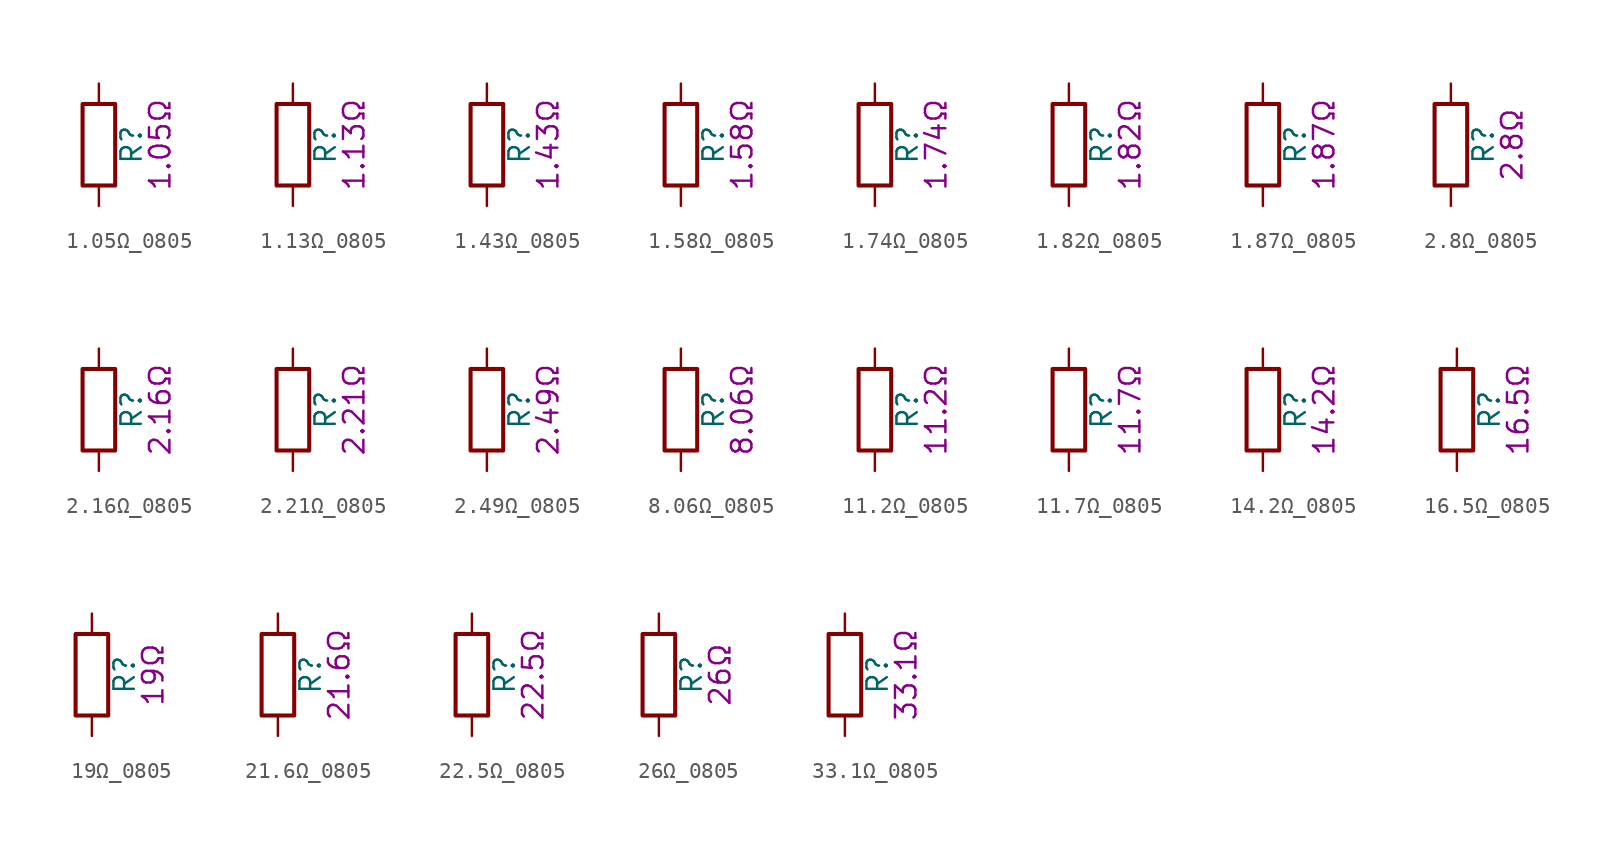
<source format=kicad_sym>
(kicad_symbol_lib
  (version 20211014)
  (generator kicad_symbol_editor)
  (symbol "1.05Ω_0805"
    (pin_numbers hide)
    (pin_names
      (offset 0))
    (property "Reference" "R"
      (at 2.032 0 90)
      (effects (font (size 1.27 1.27))))
    (property "Display" "1.05Ω"
      (at 3.81 0 90)
      (effects (font (size 1.27 1.27))))
    (symbol "1.05Ω_0805_0_1"
      (rectangle (start -1.016 -2.54) (end 1.016 2.54) (stroke (width 0.254) (type default) (color 0 0 0 0)) (fill (type none))))
    (symbol "1.05Ω_0805_1_1"
      (pin passive line (at 0 3.81 270) (length 1.27) (name "~" (effects (font (size 1.27 1.27)))) (number "1" (effects (font (size 1.27 1.27)))))
      (pin passive line (at 0 -3.81 90) (length 1.27) (name "~" (effects (font (size 1.27 1.27)))) (number "2" (effects (font (size 1.27 1.27)))))))
  (symbol "1.13Ω_0805"
    (pin_numbers hide)
    (pin_names
      (offset 0))
    (property "Reference" "R"
      (at 2.032 0 90)
      (effects (font (size 1.27 1.27))))
    (property "Display" "1.13Ω"
      (at 3.81 0 90)
      (effects (font (size 1.27 1.27))))
    (symbol "1.13Ω_0805_0_1"
      (rectangle (start -1.016 -2.54) (end 1.016 2.54) (stroke (width 0.254) (type default) (color 0 0 0 0)) (fill (type none))))
    (symbol "1.13Ω_0805_1_1"
      (pin passive line (at 0 3.81 270) (length 1.27) (name "~" (effects (font (size 1.27 1.27)))) (number "1" (effects (font (size 1.27 1.27)))))
      (pin passive line (at 0 -3.81 90) (length 1.27) (name "~" (effects (font (size 1.27 1.27)))) (number "2" (effects (font (size 1.27 1.27)))))))
  (symbol "1.43Ω_0805"
    (pin_numbers hide)
    (pin_names
      (offset 0))
    (property "Reference" "R"
      (at 2.032 0 90)
      (effects (font (size 1.27 1.27))))
    (property "Display" "1.43Ω"
      (at 3.81 0 90)
      (effects (font (size 1.27 1.27))))
    (symbol "1.43Ω_0805_0_1"
      (rectangle (start -1.016 -2.54) (end 1.016 2.54) (stroke (width 0.254) (type default) (color 0 0 0 0)) (fill (type none))))
    (symbol "1.43Ω_0805_1_1"
      (pin passive line (at 0 3.81 270) (length 1.27) (name "~" (effects (font (size 1.27 1.27)))) (number "1" (effects (font (size 1.27 1.27)))))
      (pin passive line (at 0 -3.81 90) (length 1.27) (name "~" (effects (font (size 1.27 1.27)))) (number "2" (effects (font (size 1.27 1.27)))))))
  (symbol "1.58Ω_0805"
    (pin_numbers hide)
    (pin_names
      (offset 0))
    (property "Reference" "R"
      (at 2.032 0 90)
      (effects (font (size 1.27 1.27))))
    (property "Display" "1.58Ω"
      (at 3.81 0 90)
      (effects (font (size 1.27 1.27))))
    (symbol "1.58Ω_0805_0_1"
      (rectangle (start -1.016 -2.54) (end 1.016 2.54) (stroke (width 0.254) (type default) (color 0 0 0 0)) (fill (type none))))
    (symbol "1.58Ω_0805_1_1"
      (pin passive line (at 0 3.81 270) (length 1.27) (name "~" (effects (font (size 1.27 1.27)))) (number "1" (effects (font (size 1.27 1.27)))))
      (pin passive line (at 0 -3.81 90) (length 1.27) (name "~" (effects (font (size 1.27 1.27)))) (number "2" (effects (font (size 1.27 1.27)))))))
  (symbol "1.74Ω_0805"
    (pin_numbers hide)
    (pin_names
      (offset 0))
    (property "Reference" "R"
      (at 2.032 0 90)
      (effects (font (size 1.27 1.27))))
    (property "Display" "1.74Ω"
      (at 3.81 0 90)
      (effects (font (size 1.27 1.27))))
    (symbol "1.74Ω_0805_0_1"
      (rectangle (start -1.016 -2.54) (end 1.016 2.54) (stroke (width 0.254) (type default) (color 0 0 0 0)) (fill (type none))))
    (symbol "1.74Ω_0805_1_1"
      (pin passive line (at 0 3.81 270) (length 1.27) (name "~" (effects (font (size 1.27 1.27)))) (number "1" (effects (font (size 1.27 1.27)))))
      (pin passive line (at 0 -3.81 90) (length 1.27) (name "~" (effects (font (size 1.27 1.27)))) (number "2" (effects (font (size 1.27 1.27)))))))
  (symbol "1.82Ω_0805"
    (pin_numbers hide)
    (pin_names
      (offset 0))
    (property "Reference" "R"
      (at 2.032 0 90)
      (effects (font (size 1.27 1.27))))
    (property "Display" "1.82Ω"
      (at 3.81 0 90)
      (effects (font (size 1.27 1.27))))
    (symbol "1.82Ω_0805_0_1"
      (rectangle (start -1.016 -2.54) (end 1.016 2.54) (stroke (width 0.254) (type default) (color 0 0 0 0)) (fill (type none))))
    (symbol "1.82Ω_0805_1_1"
      (pin passive line (at 0 3.81 270) (length 1.27) (name "~" (effects (font (size 1.27 1.27)))) (number "1" (effects (font (size 1.27 1.27)))))
      (pin passive line (at 0 -3.81 90) (length 1.27) (name "~" (effects (font (size 1.27 1.27)))) (number "2" (effects (font (size 1.27 1.27)))))))
  (symbol "1.87Ω_0805"
    (pin_numbers hide)
    (pin_names
      (offset 0))
    (property "Reference" "R"
      (at 2.032 0 90)
      (effects (font (size 1.27 1.27))))
    (property "Display" "1.87Ω"
      (at 3.81 0 90)
      (effects (font (size 1.27 1.27))))
    (symbol "1.87Ω_0805_0_1"
      (rectangle (start -1.016 -2.54) (end 1.016 2.54) (stroke (width 0.254) (type default) (color 0 0 0 0)) (fill (type none))))
    (symbol "1.87Ω_0805_1_1"
      (pin passive line (at 0 3.81 270) (length 1.27) (name "~" (effects (font (size 1.27 1.27)))) (number "1" (effects (font (size 1.27 1.27)))))
      (pin passive line (at 0 -3.81 90) (length 1.27) (name "~" (effects (font (size 1.27 1.27)))) (number "2" (effects (font (size 1.27 1.27)))))))
  (symbol "2.8Ω_0805"
    (pin_numbers hide)
    (pin_names
      (offset 0))
    (property "Reference" "R"
      (at 2.032 0 90)
      (effects (font (size 1.27 1.27))))
    (property "Display" "2.8Ω"
      (at 3.81 0 90)
      (effects (font (size 1.27 1.27))))
    (symbol "2.8Ω_0805_0_1"
      (rectangle (start -1.016 -2.54) (end 1.016 2.54) (stroke (width 0.254) (type default) (color 0 0 0 0)) (fill (type none))))
    (symbol "2.8Ω_0805_1_1"
      (pin passive line (at 0 3.81 270) (length 1.27) (name "~" (effects (font (size 1.27 1.27)))) (number "1" (effects (font (size 1.27 1.27)))))
      (pin passive line (at 0 -3.81 90) (length 1.27) (name "~" (effects (font (size 1.27 1.27)))) (number "2" (effects (font (size 1.27 1.27)))))))
  (symbol "2.16Ω_0805"
    (pin_numbers hide)
    (pin_names
      (offset 0))
    (property "Reference" "R"
      (at 2.032 0 90)
      (effects (font (size 1.27 1.27))))
    (property "Display" "2.16Ω"
      (at 3.81 0 90)
      (effects (font (size 1.27 1.27))))
    (symbol "2.16Ω_0805_0_1"
      (rectangle (start -1.016 -2.54) (end 1.016 2.54) (stroke (width 0.254) (type default) (color 0 0 0 0)) (fill (type none))))
    (symbol "2.16Ω_0805_1_1"
      (pin passive line (at 0 3.81 270) (length 1.27) (name "~" (effects (font (size 1.27 1.27)))) (number "1" (effects (font (size 1.27 1.27)))))
      (pin passive line (at 0 -3.81 90) (length 1.27) (name "~" (effects (font (size 1.27 1.27)))) (number "2" (effects (font (size 1.27 1.27)))))))
  (symbol "2.21Ω_0805"
    (pin_numbers hide)
    (pin_names
      (offset 0))
    (property "Reference" "R"
      (at 2.032 0 90)
      (effects (font (size 1.27 1.27))))
    (property "Display" "2.21Ω"
      (at 3.81 0 90)
      (effects (font (size 1.27 1.27))))
    (symbol "2.21Ω_0805_0_1"
      (rectangle (start -1.016 -2.54) (end 1.016 2.54) (stroke (width 0.254) (type default) (color 0 0 0 0)) (fill (type none))))
    (symbol "2.21Ω_0805_1_1"
      (pin passive line (at 0 3.81 270) (length 1.27) (name "~" (effects (font (size 1.27 1.27)))) (number "1" (effects (font (size 1.27 1.27)))))
      (pin passive line (at 0 -3.81 90) (length 1.27) (name "~" (effects (font (size 1.27 1.27)))) (number "2" (effects (font (size 1.27 1.27)))))))
  (symbol "2.49Ω_0805"
    (pin_numbers hide)
    (pin_names
      (offset 0))
    (property "Reference" "R"
      (at 2.032 0 90)
      (effects (font (size 1.27 1.27))))
    (property "Display" "2.49Ω"
      (at 3.81 0 90)
      (effects (font (size 1.27 1.27))))
    (symbol "2.49Ω_0805_0_1"
      (rectangle (start -1.016 -2.54) (end 1.016 2.54) (stroke (width 0.254) (type default) (color 0 0 0 0)) (fill (type none))))
    (symbol "2.49Ω_0805_1_1"
      (pin passive line (at 0 3.81 270) (length 1.27) (name "~" (effects (font (size 1.27 1.27)))) (number "1" (effects (font (size 1.27 1.27)))))
      (pin passive line (at 0 -3.81 90) (length 1.27) (name "~" (effects (font (size 1.27 1.27)))) (number "2" (effects (font (size 1.27 1.27)))))))
  (symbol "8.06Ω_0805"
    (pin_numbers hide)
    (pin_names
      (offset 0))
    (property "Reference" "R"
      (at 2.032 0 90)
      (effects (font (size 1.27 1.27))))
    (property "Display" "8.06Ω"
      (at 3.81 0 90)
      (effects (font (size 1.27 1.27))))
    (symbol "8.06Ω_0805_0_1"
      (rectangle (start -1.016 -2.54) (end 1.016 2.54) (stroke (width 0.254) (type default) (color 0 0 0 0)) (fill (type none))))
    (symbol "8.06Ω_0805_1_1"
      (pin passive line (at 0 3.81 270) (length 1.27) (name "~" (effects (font (size 1.27 1.27)))) (number "1" (effects (font (size 1.27 1.27)))))
      (pin passive line (at 0 -3.81 90) (length 1.27) (name "~" (effects (font (size 1.27 1.27)))) (number "2" (effects (font (size 1.27 1.27)))))))
  (symbol "11.2Ω_0805"
    (pin_numbers hide)
    (pin_names
      (offset 0))
    (property "Reference" "R"
      (at 2.032 0 90)
      (effects (font (size 1.27 1.27))))
    (property "Display" "11.2Ω"
      (at 3.81 0 90)
      (effects (font (size 1.27 1.27))))
    (symbol "11.2Ω_0805_0_1"
      (rectangle (start -1.016 -2.54) (end 1.016 2.54) (stroke (width 0.254) (type default) (color 0 0 0 0)) (fill (type none))))
    (symbol "11.2Ω_0805_1_1"
      (pin passive line (at 0 3.81 270) (length 1.27) (name "~" (effects (font (size 1.27 1.27)))) (number "1" (effects (font (size 1.27 1.27)))))
      (pin passive line (at 0 -3.81 90) (length 1.27) (name "~" (effects (font (size 1.27 1.27)))) (number "2" (effects (font (size 1.27 1.27)))))))
  (symbol "11.7Ω_0805"
    (pin_numbers hide)
    (pin_names
      (offset 0))
    (property "Reference" "R"
      (at 2.032 0 90)
      (effects (font (size 1.27 1.27))))
    (property "Display" "11.7Ω"
      (at 3.81 0 90)
      (effects (font (size 1.27 1.27))))
    (symbol "11.7Ω_0805_0_1"
      (rectangle (start -1.016 -2.54) (end 1.016 2.54) (stroke (width 0.254) (type default) (color 0 0 0 0)) (fill (type none))))
    (symbol "11.7Ω_0805_1_1"
      (pin passive line (at 0 3.81 270) (length 1.27) (name "~" (effects (font (size 1.27 1.27)))) (number "1" (effects (font (size 1.27 1.27)))))
      (pin passive line (at 0 -3.81 90) (length 1.27) (name "~" (effects (font (size 1.27 1.27)))) (number "2" (effects (font (size 1.27 1.27)))))))
  (symbol "14.2Ω_0805"
    (pin_numbers hide)
    (pin_names
      (offset 0))
    (property "Reference" "R"
      (at 2.032 0 90)
      (effects (font (size 1.27 1.27))))
    (property "Display" "14.2Ω"
      (at 3.81 0 90)
      (effects (font (size 1.27 1.27))))
    (symbol "14.2Ω_0805_0_1"
      (rectangle (start -1.016 -2.54) (end 1.016 2.54) (stroke (width 0.254) (type default) (color 0 0 0 0)) (fill (type none))))
    (symbol "14.2Ω_0805_1_1"
      (pin passive line (at 0 3.81 270) (length 1.27) (name "~" (effects (font (size 1.27 1.27)))) (number "1" (effects (font (size 1.27 1.27)))))
      (pin passive line (at 0 -3.81 90) (length 1.27) (name "~" (effects (font (size 1.27 1.27)))) (number "2" (effects (font (size 1.27 1.27)))))))
  (symbol "16.5Ω_0805"
    (pin_numbers hide)
    (pin_names
      (offset 0))
    (property "Reference" "R"
      (at 2.032 0 90)
      (effects (font (size 1.27 1.27))))
    (property "Display" "16.5Ω"
      (at 3.81 0 90)
      (effects (font (size 1.27 1.27))))
    (symbol "16.5Ω_0805_0_1"
      (rectangle (start -1.016 -2.54) (end 1.016 2.54) (stroke (width 0.254) (type default) (color 0 0 0 0)) (fill (type none))))
    (symbol "16.5Ω_0805_1_1"
      (pin passive line (at 0 3.81 270) (length 1.27) (name "~" (effects (font (size 1.27 1.27)))) (number "1" (effects (font (size 1.27 1.27)))))
      (pin passive line (at 0 -3.81 90) (length 1.27) (name "~" (effects (font (size 1.27 1.27)))) (number "2" (effects (font (size 1.27 1.27)))))))
  (symbol "19Ω_0805"
    (pin_numbers hide)
    (pin_names
      (offset 0))
    (property "Reference" "R"
      (at 2.032 0 90)
      (effects (font (size 1.27 1.27))))
    (property "Display" "19Ω"
      (at 3.81 0 90)
      (effects (font (size 1.27 1.27))))
    (symbol "19Ω_0805_0_1"
      (rectangle (start -1.016 -2.54) (end 1.016 2.54) (stroke (width 0.254) (type default) (color 0 0 0 0)) (fill (type none))))
    (symbol "19Ω_0805_1_1"
      (pin passive line (at 0 3.81 270) (length 1.27) (name "~" (effects (font (size 1.27 1.27)))) (number "1" (effects (font (size 1.27 1.27)))))
      (pin passive line (at 0 -3.81 90) (length 1.27) (name "~" (effects (font (size 1.27 1.27)))) (number "2" (effects (font (size 1.27 1.27)))))))
  (symbol "21.6Ω_0805"
    (pin_numbers hide)
    (pin_names
      (offset 0))
    (property "Reference" "R"
      (at 2.032 0 90)
      (effects (font (size 1.27 1.27))))
    (property "Display" "21.6Ω"
      (at 3.81 0 90)
      (effects (font (size 1.27 1.27))))
    (symbol "21.6Ω_0805_0_1"
      (rectangle (start -1.016 -2.54) (end 1.016 2.54) (stroke (width 0.254) (type default) (color 0 0 0 0)) (fill (type none))))
    (symbol "21.6Ω_0805_1_1"
      (pin passive line (at 0 3.81 270) (length 1.27) (name "~" (effects (font (size 1.27 1.27)))) (number "1" (effects (font (size 1.27 1.27)))))
      (pin passive line (at 0 -3.81 90) (length 1.27) (name "~" (effects (font (size 1.27 1.27)))) (number "2" (effects (font (size 1.27 1.27)))))))
  (symbol "22.5Ω_0805"
    (pin_numbers hide)
    (pin_names
      (offset 0))
    (property "Reference" "R"
      (at 2.032 0 90)
      (effects (font (size 1.27 1.27))))
    (property "Display" "22.5Ω"
      (at 3.81 0 90)
      (effects (font (size 1.27 1.27))))
    (symbol "22.5Ω_0805_0_1"
      (rectangle (start -1.016 -2.54) (end 1.016 2.54) (stroke (width 0.254) (type default) (color 0 0 0 0)) (fill (type none))))
    (symbol "22.5Ω_0805_1_1"
      (pin passive line (at 0 3.81 270) (length 1.27) (name "~" (effects (font (size 1.27 1.27)))) (number "1" (effects (font (size 1.27 1.27)))))
      (pin passive line (at 0 -3.81 90) (length 1.27) (name "~" (effects (font (size 1.27 1.27)))) (number "2" (effects (font (size 1.27 1.27)))))))
  (symbol "26Ω_0805"
    (pin_numbers hide)
    (pin_names
      (offset 0))
    (property "Reference" "R"
      (at 2.032 0 90)
      (effects (font (size 1.27 1.27))))
    (property "Display" "26Ω"
      (at 3.81 0 90)
      (effects (font (size 1.27 1.27))))
    (symbol "26Ω_0805_0_1"
      (rectangle (start -1.016 -2.54) (end 1.016 2.54) (stroke (width 0.254) (type default) (color 0 0 0 0)) (fill (type none))))
    (symbol "26Ω_0805_1_1"
      (pin passive line (at 0 3.81 270) (length 1.27) (name "~" (effects (font (size 1.27 1.27)))) (number "1" (effects (font (size 1.27 1.27)))))
      (pin passive line (at 0 -3.81 90) (length 1.27) (name "~" (effects (font (size 1.27 1.27)))) (number "2" (effects (font (size 1.27 1.27)))))))
  (symbol "33.1Ω_0805"
    (pin_numbers hide)
    (pin_names
      (offset 0))
    (property "Reference" "R"
      (at 2.032 0 90)
      (effects (font (size 1.27 1.27))))
    (property "Display" "33.1Ω"
      (at 3.81 0 90)
      (effects (font (size 1.27 1.27))))
    (symbol "33.1Ω_0805_0_1"
      (rectangle (start -1.016 -2.54) (end 1.016 2.54) (stroke (width 0.254) (type default) (color 0 0 0 0)) (fill (type none))))
    (symbol "33.1Ω_0805_1_1"
      (pin passive line (at 0 3.81 270) (length 1.27) (name "~" (effects (font (size 1.27 1.27)))) (number "1" (effects (font (size 1.27 1.27)))))
      (pin passive line (at 0 -3.81 90) (length 1.27) (name "~" (effects (font (size 1.27 1.27)))) (number "2" (effects (font (size 1.27 1.27))))))))
</source>
